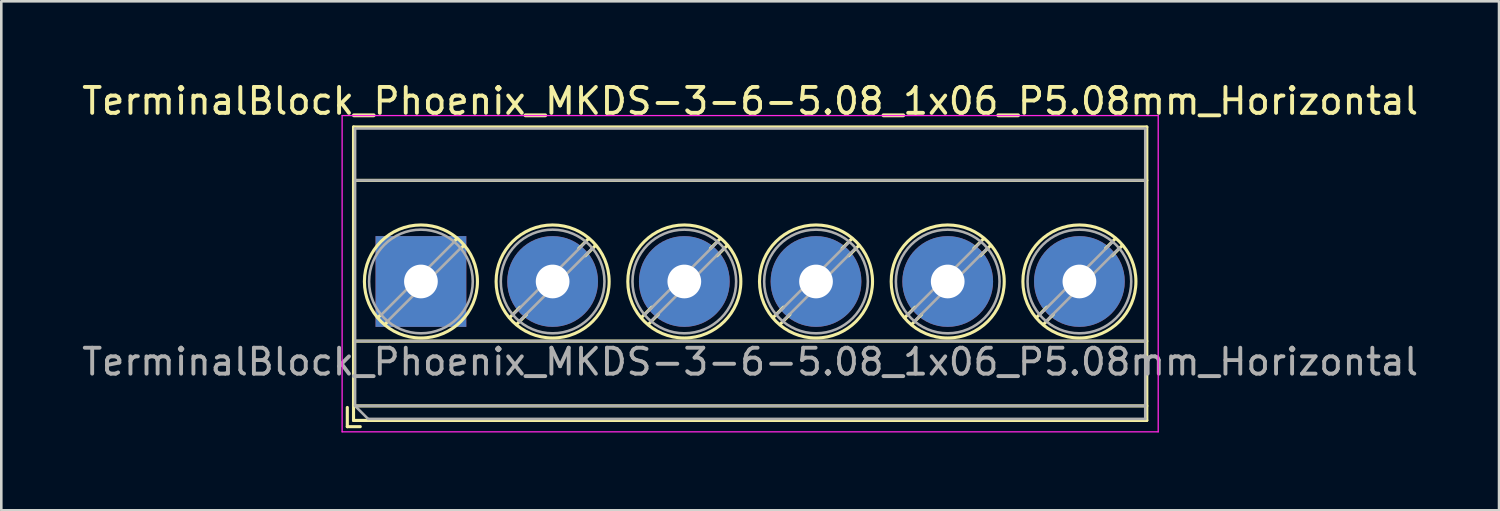
<source format=kicad_pcb>
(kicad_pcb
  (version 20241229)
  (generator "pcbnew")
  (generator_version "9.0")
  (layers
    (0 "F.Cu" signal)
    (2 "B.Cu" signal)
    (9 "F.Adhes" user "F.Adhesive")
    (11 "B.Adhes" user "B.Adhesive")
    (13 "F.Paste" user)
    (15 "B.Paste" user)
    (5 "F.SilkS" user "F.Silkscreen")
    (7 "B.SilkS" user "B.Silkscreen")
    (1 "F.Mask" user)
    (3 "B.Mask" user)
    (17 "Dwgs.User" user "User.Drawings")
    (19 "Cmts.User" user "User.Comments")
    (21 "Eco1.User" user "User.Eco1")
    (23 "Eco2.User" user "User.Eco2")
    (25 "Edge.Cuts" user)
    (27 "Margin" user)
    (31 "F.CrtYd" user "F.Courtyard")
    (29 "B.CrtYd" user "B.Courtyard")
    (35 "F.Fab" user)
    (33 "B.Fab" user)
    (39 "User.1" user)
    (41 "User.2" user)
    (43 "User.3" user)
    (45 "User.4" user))
  (footprint "TerminalBlock_Phoenix_MKDS-3-6-5.08_1x06_P5.08mm_Horizontal"
    (layer "F.Cu")
    (at 13.187 7.808)
    (property "Reference" "TerminalBlock_Phoenix_MKDS-3-6-5.08_1x06_P5.08mm_Horizontal" (at 12.7 -6.96 0) (layer "F.SilkS") (effects (font (size 1 1) (thickness 0.15))))
    (attr through_hole)
    (fp_line (start -2.84 4.86) (end -2.84 5.6) (stroke (width 0.12) (type solid)) (layer "F.SilkS"))
    (fp_line (start -2.84 5.6) (end -2.34 5.6) (stroke (width 0.12) (type solid)) (layer "F.SilkS"))
    (fp_line (start -2.6 -5.96) (end -2.6 5.36) (stroke (width 0.12) (type solid)) (layer "F.SilkS"))
    (fp_line (start -2.6 -5.96) (end 28 -5.96) (stroke (width 0.12) (type solid)) (layer "F.SilkS"))
    (fp_line (start -2.6 -3.9) (end 28 -3.9) (stroke (width 0.12) (type solid)) (layer "F.SilkS"))
    (fp_line (start -2.6 2.3) (end 28 2.3) (stroke (width 0.12) (type solid)) (layer "F.SilkS"))
    (fp_line (start -2.6 4.8) (end 28 4.8) (stroke (width 0.12) (type solid)) (layer "F.SilkS"))
    (fp_line (start -2.6 5.36) (end 28 5.36) (stroke (width 0.12) (type solid)) (layer "F.SilkS"))
    (fp_line (start -1.548 1.281) (end -1.654 1.388) (stroke (width 0.12) (type solid)) (layer "F.SilkS"))
    (fp_line (start -1.282 1.547) (end -1.388 1.654) (stroke (width 0.12) (type solid)) (layer "F.SilkS"))
    (fp_line (start 1.388 -1.654) (end 1.281 -1.547) (stroke (width 0.12) (type solid)) (layer "F.SilkS"))
    (fp_line (start 1.654 -1.388) (end 1.547 -1.281) (stroke (width 0.12) (type solid)) (layer "F.SilkS"))
    (fp_line (start 3.822 0.992) (end 3.427 1.388) (stroke (width 0.12) (type solid)) (layer "F.SilkS"))
    (fp_line (start 4.073 1.274) (end 3.693 1.654) (stroke (width 0.12) (type solid)) (layer "F.SilkS"))
    (fp_line (start 6.468 -1.654) (end 6.088 -1.274) (stroke (width 0.12) (type solid)) (layer "F.SilkS"))
    (fp_line (start 6.734 -1.388) (end 6.339 -0.992) (stroke (width 0.12) (type solid)) (layer "F.SilkS"))
    (fp_line (start 8.902 0.992) (end 8.507 1.388) (stroke (width 0.12) (type solid)) (layer "F.SilkS"))
    (fp_line (start 9.153 1.274) (end 8.773 1.654) (stroke (width 0.12) (type solid)) (layer "F.SilkS"))
    (fp_line (start 11.548 -1.654) (end 11.168 -1.274) (stroke (width 0.12) (type solid)) (layer "F.SilkS"))
    (fp_line (start 11.814 -1.388) (end 11.419 -0.992) (stroke (width 0.12) (type solid)) (layer "F.SilkS"))
    (fp_line (start 13.982 0.992) (end 13.587 1.388) (stroke (width 0.12) (type solid)) (layer "F.SilkS"))
    (fp_line (start 14.233 1.274) (end 13.853 1.654) (stroke (width 0.12) (type solid)) (layer "F.SilkS"))
    (fp_line (start 16.628 -1.654) (end 16.248 -1.274) (stroke (width 0.12) (type solid)) (layer "F.SilkS"))
    (fp_line (start 16.894 -1.388) (end 16.499 -0.992) (stroke (width 0.12) (type solid)) (layer "F.SilkS"))
    (fp_line (start 19.062 0.992) (end 18.667 1.388) (stroke (width 0.12) (type solid)) (layer "F.SilkS"))
    (fp_line (start 19.313 1.274) (end 18.933 1.654) (stroke (width 0.12) (type solid)) (layer "F.SilkS"))
    (fp_line (start 21.708 -1.654) (end 21.328 -1.274) (stroke (width 0.12) (type solid)) (layer "F.SilkS"))
    (fp_line (start 21.974 -1.388) (end 21.579 -0.992) (stroke (width 0.12) (type solid)) (layer "F.SilkS"))
    (fp_line (start 24.142 0.992) (end 23.747 1.388) (stroke (width 0.12) (type solid)) (layer "F.SilkS"))
    (fp_line (start 24.393 1.274) (end 24.013 1.654) (stroke (width 0.12) (type solid)) (layer "F.SilkS"))
    (fp_line (start 26.788 -1.654) (end 26.408 -1.274) (stroke (width 0.12) (type solid)) (layer "F.SilkS"))
    (fp_line (start 27.054 -1.388) (end 26.659 -0.992) (stroke (width 0.12) (type solid)) (layer "F.SilkS"))
    (fp_line (start 28 -5.96) (end 28 5.36) (stroke (width 0.12) (type solid)) (layer "F.SilkS"))
    (fp_circle (center 0 0) (end 2.18 0) (stroke (width 0.12) (type solid)) (fill no) (layer "F.SilkS"))
    (fp_circle (center 5.08 0) (end 7.26 0) (stroke (width 0.12) (type solid)) (fill no) (layer "F.SilkS"))
    (fp_circle (center 10.16 0) (end 12.34 0) (stroke (width 0.12) (type solid)) (fill no) (layer "F.SilkS"))
    (fp_circle (center 15.24 0) (end 17.42 0) (stroke (width 0.12) (type solid)) (fill no) (layer "F.SilkS"))
    (fp_circle (center 20.32 0) (end 22.5 0) (stroke (width 0.12) (type solid)) (fill no) (layer "F.SilkS"))
    (fp_circle (center 25.4 0) (end 27.58 0) (stroke (width 0.12) (type solid)) (fill no) (layer "F.SilkS"))
    (fp_line (start -3.04 -6.4) (end -3.04 5.8) (stroke (width 0.05) (type solid)) (layer "F.CrtYd"))
    (fp_line (start -3.04 5.8) (end 28.44 5.8) (stroke (width 0.05) (type solid)) (layer "F.CrtYd"))
    (fp_line (start 28.44 -6.4) (end -3.04 -6.4) (stroke (width 0.05) (type solid)) (layer "F.CrtYd"))
    (fp_line (start 28.44 5.8) (end 28.44 -6.4) (stroke (width 0.05) (type solid)) (layer "F.CrtYd"))
    (fp_line (start -2.54 -5.9) (end 27.94 -5.9) (stroke (width 0.1) (type solid)) (layer "F.Fab"))
    (fp_line (start -2.54 -3.9) (end 27.94 -3.9) (stroke (width 0.1) (type solid)) (layer "F.Fab"))
    (fp_line (start -2.54 2.3) (end 27.94 2.3) (stroke (width 0.1) (type solid)) (layer "F.Fab"))
    (fp_line (start -2.54 4.8) (end -2.54 -5.9) (stroke (width 0.1) (type solid)) (layer "F.Fab"))
    (fp_line (start -2.54 4.8) (end 27.94 4.8) (stroke (width 0.1) (type solid)) (layer "F.Fab"))
    (fp_line (start -2.04 5.3) (end -2.54 4.8) (stroke (width 0.1) (type solid)) (layer "F.Fab"))
    (fp_line (start 1.273 -1.517) (end -1.517 1.273) (stroke (width 0.1) (type solid)) (layer "F.Fab"))
    (fp_line (start 1.517 -1.273) (end -1.273 1.517) (stroke (width 0.1) (type solid)) (layer "F.Fab"))
    (fp_line (start 6.353 -1.517) (end 3.564 1.273) (stroke (width 0.1) (type solid)) (layer "F.Fab"))
    (fp_line (start 6.597 -1.273) (end 3.808 1.517) (stroke (width 0.1) (type solid)) (layer "F.Fab"))
    (fp_line (start 11.433 -1.517) (end 8.644 1.273) (stroke (width 0.1) (type solid)) (layer "F.Fab"))
    (fp_line (start 11.677 -1.273) (end 8.888 1.517) (stroke (width 0.1) (type solid)) (layer "F.Fab"))
    (fp_line (start 16.513 -1.517) (end 13.724 1.273) (stroke (width 0.1) (type solid)) (layer "F.Fab"))
    (fp_line (start 16.757 -1.273) (end 13.968 1.517) (stroke (width 0.1) (type solid)) (layer "F.Fab"))
    (fp_line (start 21.593 -1.517) (end 18.804 1.273) (stroke (width 0.1) (type solid)) (layer "F.Fab"))
    (fp_line (start 21.837 -1.273) (end 19.048 1.517) (stroke (width 0.1) (type solid)) (layer "F.Fab"))
    (fp_line (start 26.673 -1.517) (end 23.884 1.273) (stroke (width 0.1) (type solid)) (layer "F.Fab"))
    (fp_line (start 26.917 -1.273) (end 24.128 1.517) (stroke (width 0.1) (type solid)) (layer "F.Fab"))
    (fp_line (start 27.94 -5.9) (end 27.94 5.3) (stroke (width 0.1) (type solid)) (layer "F.Fab"))
    (fp_line (start 27.94 5.3) (end -2.04 5.3) (stroke (width 0.1) (type solid)) (layer "F.Fab"))
    (fp_circle (center 0 0) (end 2 0) (stroke (width 0.1) (type solid)) (fill no) (layer "F.Fab"))
    (fp_circle (center 5.08 0) (end 7.08 0) (stroke (width 0.1) (type solid)) (fill no) (layer "F.Fab"))
    (fp_circle (center 10.16 0) (end 12.16 0) (stroke (width 0.1) (type solid)) (fill no) (layer "F.Fab"))
    (fp_circle (center 15.24 0) (end 17.24 0) (stroke (width 0.1) (type solid)) (fill no) (layer "F.Fab"))
    (fp_circle (center 20.32 0) (end 22.32 0) (stroke (width 0.1) (type solid)) (fill no) (layer "F.Fab"))
    (fp_circle (center 25.4 0) (end 27.4 0) (stroke (width 0.1) (type solid)) (fill no) (layer "F.Fab"))
    (fp_text user "${REFERENCE}" (at 12.7 3.1 0) (layer "F.Fab") (effects (font (size 1 1) (thickness 0.15))))
    (pad "1" thru_hole rect (at 0 0) (size 3.5 3.5) (drill 1.3) (layers "*.Cu" "*.Mask"))
    (pad "2" thru_hole circle (at 5.08 0) (size 3.5 3.5) (drill 1.3) (layers "*.Cu" "*.Mask"))
    (pad "3" thru_hole circle (at 10.16 0) (size 3.5 3.5) (drill 1.3) (layers "*.Cu" "*.Mask"))
    (pad "4" thru_hole circle (at 15.24 0) (size 3.5 3.5) (drill 1.3) (layers "*.Cu" "*.Mask"))
    (pad "5" thru_hole circle (at 20.32 0) (size 3.5 3.5) (drill 1.3) (layers "*.Cu" "*.Mask"))
    (pad "6" thru_hole circle (at 25.4 0) (size 3.5 3.5) (drill 1.3) (layers "*.Cu" "*.Mask")))
  (gr_rect
    (start -3 -3)
    (end 54.774 16.633)
    (stroke (width 0.1) (type default))
    (fill no)
    (layer "Edge.Cuts")))
</source>
